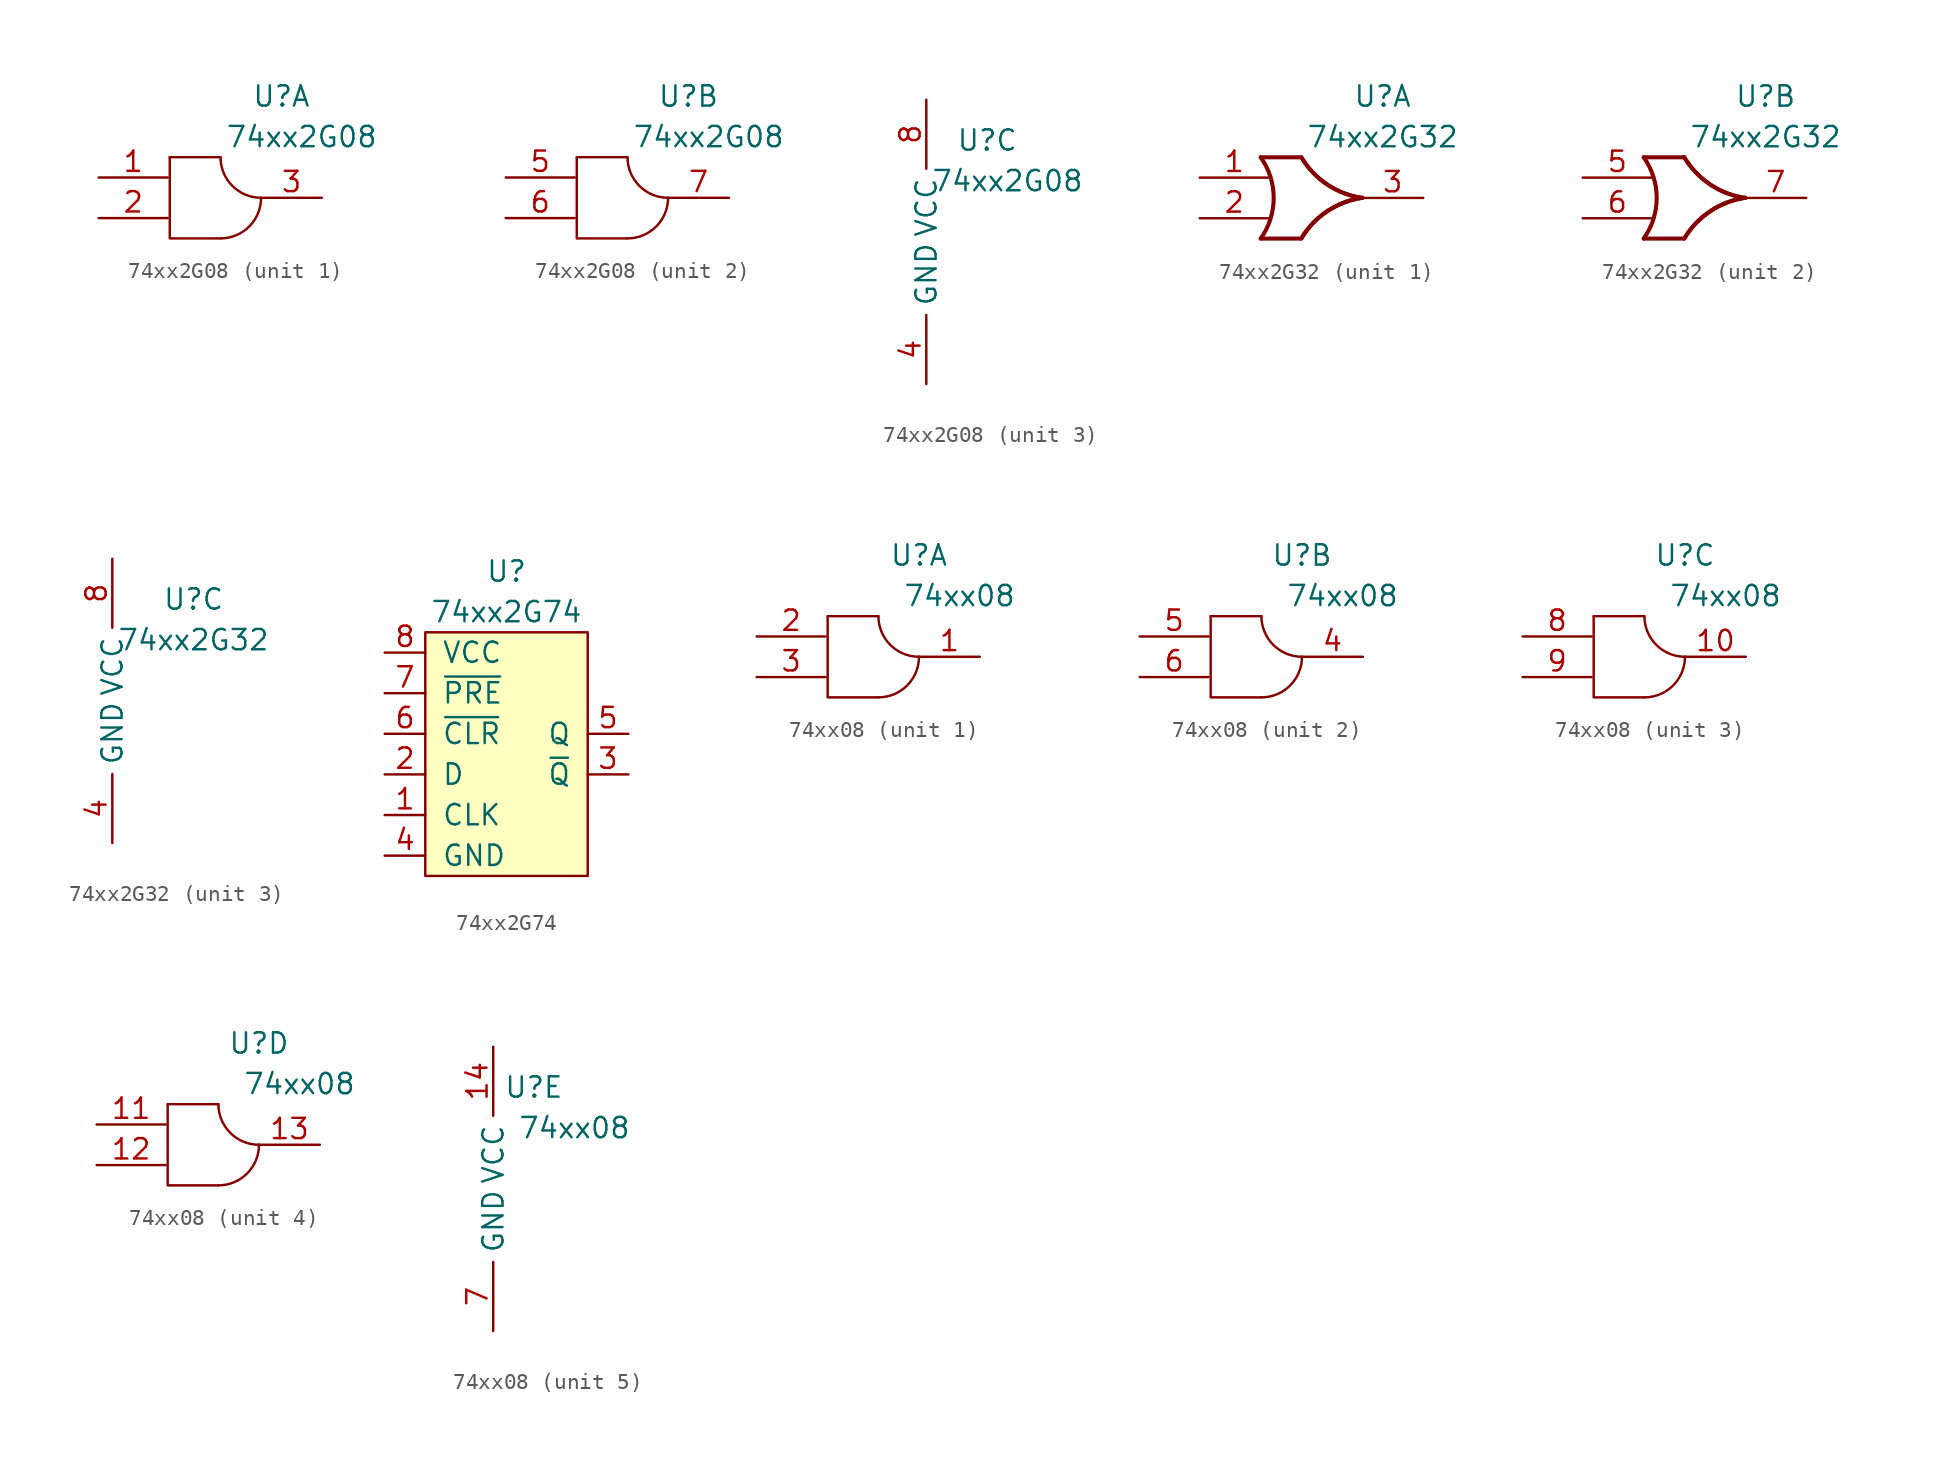
<source format=kicad_sym>
(kicad_symbol_lib
  (version 20211014)
  (generator kicad_symbol_editor)
  (symbol "74xx2G08"
    (property "Reference" "U"
      (at 3.81 6.35 0)
      (effects (font (size 1.27 1.27))))
    (property "Value" "74xx2G08"
      (at 5.08 3.81 0)
      (effects (font (size 1.27 1.27))))
    (property "ki_locked" ""
      (at 0 0 0)
      (effects (font (size 1.27 1.27))))
    (symbol "74xx2G08_1_1"
      (arc (start 0 -2.54) (mid 1.7961 -1.7961) (end 2.54 0) (stroke (width 0.1524) (type default) (color 0 0 0 0)) (fill (type none)))
      (polyline (pts (xy 0 2.54) (xy -3.175 2.54)) (stroke (width 0.152) (type default) (color 0 0 0 0)) (fill (type none)))
      (polyline (pts (xy -3.175 2.54) (xy -3.175 -2.54) (xy 0 -2.54)) (stroke (width 0.152) (type default) (color 0 0 0 0)) (fill (type none)))
      (arc (start 0 2.54) (mid -1.7961 -1.7961) (end 2.54 0) (stroke (width 0.1524) (type default) (color 0 0 0 0)) (fill (type none)))
      (pin input line (at -7.62 1.27 0) (length 4.318) (name "~" (effects (font (size 1.27 1.27)))) (number "1" (effects (font (size 1.27 1.27)))))
      (pin input line (at -7.62 -1.27 0) (length 4.318) (name "~" (effects (font (size 1.27 1.27)))) (number "2" (effects (font (size 1.27 1.27)))))
      (pin output line (at 6.35 0 180) (length 3.81) (name "~" (effects (font (size 1.27 1.27)))) (number "3" (effects (font (size 1.27 1.27))))))
    (symbol "74xx2G08_2_1"
      (arc (start 0 -2.54) (mid 1.7961 -1.7961) (end 2.54 0) (stroke (width 0.1524) (type default) (color 0 0 0 0)) (fill (type none)))
      (polyline (pts (xy 0 2.54) (xy -3.175 2.54)) (stroke (width 0.152) (type default) (color 0 0 0 0)) (fill (type none)))
      (polyline (pts (xy -3.175 2.54) (xy -3.175 -2.54) (xy 0 -2.54)) (stroke (width 0.152) (type default) (color 0 0 0 0)) (fill (type none)))
      (arc (start 0 2.54) (mid -1.7961 -1.7961) (end 2.54 0) (stroke (width 0.1524) (type default) (color 0 0 0 0)) (fill (type none)))
      (pin input line (at -7.62 1.27 0) (length 4.318) (name "~" (effects (font (size 1.27 1.27)))) (number "5" (effects (font (size 1.27 1.27)))))
      (pin input line (at -7.62 -1.27 0) (length 4.318) (name "~" (effects (font (size 1.27 1.27)))) (number "6" (effects (font (size 1.27 1.27)))))
      (pin output line (at 6.35 0 180) (length 3.81) (name "~" (effects (font (size 1.27 1.27)))) (number "7" (effects (font (size 1.27 1.27))))))
    (symbol "74xx2G08_3_1"
      (pin input line (at 0 -8.89 90) (length 4.318) (name "GND" (effects (font (size 1.27 1.27)))) (number "4" (effects (font (size 1.27 1.27)))))
      (pin input line (at 0 8.89 270) (length 4.318) (name "VCC" (effects (font (size 1.27 1.27)))) (number "8" (effects (font (size 1.27 1.27)))))))
  (symbol "74xx2G32"
    (property "Reference" "U"
      (at 5.08 6.35 0)
      (effects (font (size 1.27 1.27))))
    (property "Value" "74xx2G32"
      (at 5.08 3.81 0)
      (effects (font (size 1.27 1.27))))
    (symbol "74xx2G32_1_1"
      (arc (start -2.54 -2.54) (mid -1.7269 0) (end -2.54 2.54) (stroke (width 0.254) (type default) (color 0 0 0 0)) (fill (type none)))
      (polyline (pts (xy -2.54 -2.54) (xy 0 -2.54)) (stroke (width 0.254) (type default) (color 0 0 0 0)) (fill (type background)))
      (polyline (pts (xy -2.54 2.54) (xy 0 2.54)) (stroke (width 0.254) (type default) (color 0 0 0 0)) (fill (type background)))
      (arc (start 0 2.54) (mid -3.7182 -7.1648) (end 3.81 0) (stroke (width 0.25) (type default) (color 0 0 0 0)) (fill (type none)))
      (arc (start 0 2.54) (mid -3.7182 -7.1648) (end 3.81 0) (stroke (width 0.25) (type default) (color 0 0 0 0)) (fill (type none)))
      (arc (start 3.8112 0.0109) (mid -3.717 7.1757) (end 0.0012 -2.5291) (stroke (width 0.254) (type default) (color 0 0 0 0)) (fill (type none)))
      (arc (start 3.8112 0.0109) (mid -3.717 7.1757) (end 0.0012 -2.5291) (stroke (width 0.254) (type default) (color 0 0 0 0)) (fill (type none)))
      (pin input line (at -6.35 1.27 0) (length 4.318) (name "~" (effects (font (size 1.27 1.27)))) (number "1" (effects (font (size 1.27 1.27)))))
      (pin input line (at -6.35 -1.27 0) (length 4.318) (name "~" (effects (font (size 1.27 1.27)))) (number "2" (effects (font (size 1.27 1.27)))))
      (pin output line (at 7.62 0 180) (length 3.81) (name "~" (effects (font (size 1.27 1.27)))) (number "3" (effects (font (size 1.27 1.27))))))
    (symbol "74xx2G32_2_1"
      (arc (start -2.54 -2.54) (mid -1.7269 0) (end -2.54 2.54) (stroke (width 0.254) (type default) (color 0 0 0 0)) (fill (type none)))
      (polyline (pts (xy -2.54 -2.54) (xy 0 -2.54)) (stroke (width 0.254) (type default) (color 0 0 0 0)) (fill (type background)))
      (polyline (pts (xy -2.54 2.54) (xy 0 2.54)) (stroke (width 0.254) (type default) (color 0 0 0 0)) (fill (type background)))
      (arc (start 0 2.54) (mid -3.7182 -7.1648) (end 3.81 0) (stroke (width 0.25) (type default) (color 0 0 0 0)) (fill (type none)))
      (arc (start 0 2.54) (mid -3.7182 -7.1648) (end 3.81 0) (stroke (width 0.25) (type default) (color 0 0 0 0)) (fill (type none)))
      (arc (start 3.8112 0.0109) (mid -3.717 7.1757) (end 0.0012 -2.5291) (stroke (width 0.254) (type default) (color 0 0 0 0)) (fill (type none)))
      (arc (start 3.8112 0.0109) (mid -3.717 7.1757) (end 0.0012 -2.5291) (stroke (width 0.254) (type default) (color 0 0 0 0)) (fill (type none)))
      (pin input line (at -6.35 1.27 0) (length 4.318) (name "~" (effects (font (size 1.27 1.27)))) (number "5" (effects (font (size 1.27 1.27)))))
      (pin input line (at -6.35 -1.27 0) (length 4.318) (name "~" (effects (font (size 1.27 1.27)))) (number "6" (effects (font (size 1.27 1.27)))))
      (pin output line (at 7.62 0 180) (length 3.81) (name "~" (effects (font (size 1.27 1.27)))) (number "7" (effects (font (size 1.27 1.27))))))
    (symbol "74xx2G32_3_1"
      (pin input line (at 0 -8.89 90) (length 4.318) (name "GND" (effects (font (size 1.27 1.27)))) (number "4" (effects (font (size 1.27 1.27)))))
      (pin input line (at 0 8.89 270) (length 4.318) (name "VCC" (effects (font (size 1.27 1.27)))) (number "8" (effects (font (size 1.27 1.27)))))))
  (symbol "74xx2G74"
    (pin_names
      (offset 1.016))
    (property "Reference" "U"
      (at 0 11.43 0)
      (effects (font (size 1.27 1.27))))
    (property "Value" "74xx2G74"
      (at 0 8.89 0)
      (effects (font (size 1.27 1.27))))
    (symbol "74xx2G74_0_1"
      (rectangle (start -5.08 7.62) (end 5.08 -7.62) (stroke (width 0) (type default) (color 0 0 0 0)) (fill (type background))))
    (symbol "74xx2G74_1_1"
      (pin input line (at -7.62 -3.81 0) (length 2.54) (name "CLK" (effects (font (size 1.27 1.27)))) (number "1" (effects (font (size 1.27 1.27)))))
      (pin input line (at -7.62 -1.27 0) (length 2.54) (name "D" (effects (font (size 1.27 1.27)))) (number "2" (effects (font (size 1.27 1.27)))))
      (pin input line (at 7.62 -1.27 180) (length 2.54) (name "~{Q}" (effects (font (size 1.27 1.27)))) (number "3" (effects (font (size 1.27 1.27)))))
      (pin input line (at -7.62 -6.35 0) (length 2.54) (name "GND" (effects (font (size 1.27 1.27)))) (number "4" (effects (font (size 1.27 1.27)))))
      (pin input line (at 7.62 1.27 180) (length 2.54) (name "Q" (effects (font (size 1.27 1.27)))) (number "5" (effects (font (size 1.27 1.27)))))
      (pin input line (at -7.62 1.27 0) (length 2.54) (name "~{CLR}" (effects (font (size 1.27 1.27)))) (number "6" (effects (font (size 1.27 1.27)))))
      (pin input line (at -7.62 3.81 0) (length 2.54) (name "~{PRE}" (effects (font (size 1.27 1.27)))) (number "7" (effects (font (size 1.27 1.27)))))
      (pin input line (at -7.62 6.35 0) (length 2.54) (name "VCC" (effects (font (size 1.27 1.27)))) (number "8" (effects (font (size 1.27 1.27)))))))
  (symbol "74xx08"
    (property "Reference" "U"
      (at 2.54 6.35 0)
      (effects (font (size 1.27 1.27))))
    (property "Value" "74xx08"
      (at 5.08 3.81 0)
      (effects (font (size 1.27 1.27))))
    (symbol "74xx08_1_1"
      (arc (start 0 -2.54) (mid 1.7961 -1.7961) (end 2.54 0) (stroke (width 0.1524) (type default) (color 0 0 0 0)) (fill (type none)))
      (polyline (pts (xy 0 2.54) (xy -3.175 2.54)) (stroke (width 0.152) (type default) (color 0 0 0 0)) (fill (type none)))
      (polyline (pts (xy -3.175 2.54) (xy -3.175 -2.54) (xy 0 -2.54)) (stroke (width 0.152) (type default) (color 0 0 0 0)) (fill (type none)))
      (arc (start 0 2.54) (mid -1.7961 -1.7961) (end 2.54 0) (stroke (width 0.1524) (type default) (color 0 0 0 0)) (fill (type none)))
      (pin output line (at 6.35 0 180) (length 3.81) (name "~" (effects (font (size 1.27 1.27)))) (number "1" (effects (font (size 1.27 1.27)))))
      (pin input line (at -7.62 1.27 0) (length 4.318) (name "~" (effects (font (size 1.27 1.27)))) (number "2" (effects (font (size 1.27 1.27)))))
      (pin input line (at -7.62 -1.27 0) (length 4.318) (name "~" (effects (font (size 1.27 1.27)))) (number "3" (effects (font (size 1.27 1.27))))))
    (symbol "74xx08_2_1"
      (arc (start 0 -2.54) (mid 1.7961 -1.7961) (end 2.54 0) (stroke (width 0.1524) (type default) (color 0 0 0 0)) (fill (type none)))
      (polyline (pts (xy 0 2.54) (xy -3.175 2.54)) (stroke (width 0.152) (type default) (color 0 0 0 0)) (fill (type none)))
      (polyline (pts (xy -3.175 2.54) (xy -3.175 -2.54) (xy 0 -2.54)) (stroke (width 0.152) (type default) (color 0 0 0 0)) (fill (type none)))
      (arc (start 0 2.54) (mid -1.7961 -1.7961) (end 2.54 0) (stroke (width 0.1524) (type default) (color 0 0 0 0)) (fill (type none)))
      (pin output line (at 6.35 0 180) (length 3.81) (name "~" (effects (font (size 1.27 1.27)))) (number "4" (effects (font (size 1.27 1.27)))))
      (pin input line (at -7.62 1.27 0) (length 4.318) (name "~" (effects (font (size 1.27 1.27)))) (number "5" (effects (font (size 1.27 1.27)))))
      (pin input line (at -7.62 -1.27 0) (length 4.318) (name "~" (effects (font (size 1.27 1.27)))) (number "6" (effects (font (size 1.27 1.27))))))
    (symbol "74xx08_3_1"
      (arc (start 0 -2.54) (mid 1.7961 -1.7961) (end 2.54 0) (stroke (width 0.1524) (type default) (color 0 0 0 0)) (fill (type none)))
      (polyline (pts (xy 0 2.54) (xy -3.175 2.54)) (stroke (width 0.152) (type default) (color 0 0 0 0)) (fill (type none)))
      (polyline (pts (xy -3.175 2.54) (xy -3.175 -2.54) (xy 0 -2.54)) (stroke (width 0.152) (type default) (color 0 0 0 0)) (fill (type none)))
      (arc (start 0 2.54) (mid -1.7961 -1.7961) (end 2.54 0) (stroke (width 0.1524) (type default) (color 0 0 0 0)) (fill (type none)))
      (pin output line (at 6.35 0 180) (length 3.81) (name "~" (effects (font (size 1.27 1.27)))) (number "10" (effects (font (size 1.27 1.27)))))
      (pin input line (at -7.62 1.27 0) (length 4.318) (name "~" (effects (font (size 1.27 1.27)))) (number "8" (effects (font (size 1.27 1.27)))))
      (pin input line (at -7.62 -1.27 0) (length 4.318) (name "~" (effects (font (size 1.27 1.27)))) (number "9" (effects (font (size 1.27 1.27))))))
    (symbol "74xx08_4_1"
      (arc (start 0 -2.54) (mid 1.7961 -1.7961) (end 2.54 0) (stroke (width 0.1524) (type default) (color 0 0 0 0)) (fill (type none)))
      (polyline (pts (xy 0 2.54) (xy -3.175 2.54)) (stroke (width 0.152) (type default) (color 0 0 0 0)) (fill (type none)))
      (polyline (pts (xy -3.175 2.54) (xy -3.175 -2.54) (xy 0 -2.54)) (stroke (width 0.152) (type default) (color 0 0 0 0)) (fill (type none)))
      (arc (start 0 2.54) (mid -1.7961 -1.7961) (end 2.54 0) (stroke (width 0.1524) (type default) (color 0 0 0 0)) (fill (type none)))
      (pin input line (at -7.62 1.27 0) (length 4.318) (name "~" (effects (font (size 1.27 1.27)))) (number "11" (effects (font (size 1.27 1.27)))))
      (pin input line (at -7.62 -1.27 0) (length 4.318) (name "~" (effects (font (size 1.27 1.27)))) (number "12" (effects (font (size 1.27 1.27)))))
      (pin output line (at 6.35 0 180) (length 3.81) (name "~" (effects (font (size 1.27 1.27)))) (number "13" (effects (font (size 1.27 1.27))))))
    (symbol "74xx08_5_1"
      (pin input line (at 0 8.89 270) (length 4.318) (name "VCC" (effects (font (size 1.27 1.27)))) (number "14" (effects (font (size 1.27 1.27)))))
      (pin input line (at 0 -8.89 90) (length 4.318) (name "GND" (effects (font (size 1.27 1.27)))) (number "7" (effects (font (size 1.27 1.27))))))))
</source>
